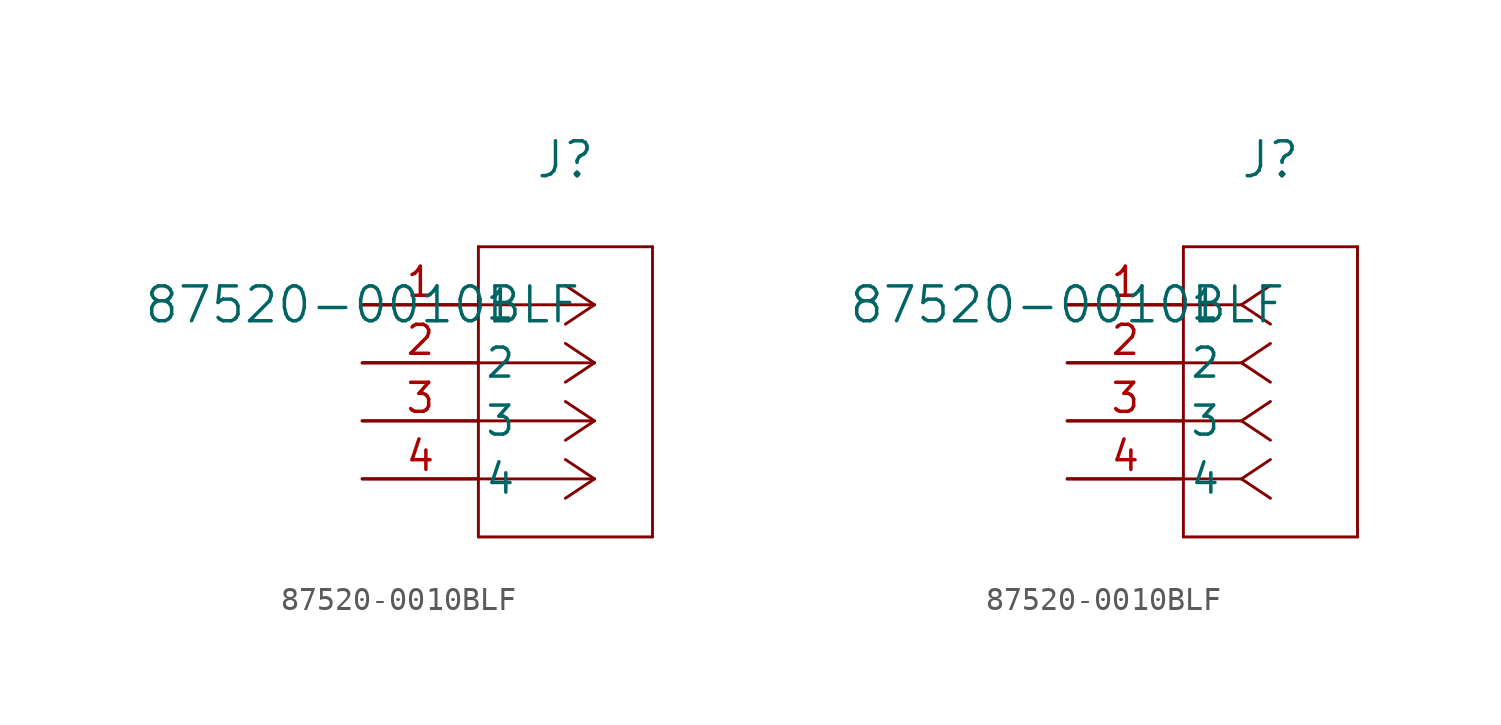
<source format=kicad_sym>
(kicad_symbol_lib
  (version 20211014)
  (generator kicad_symbol_editor)
  (symbol "87520-0010BLF"
    (pin_names
      (offset 0.254))
    (property "Reference" "J"
      (at 8.89 6.35 0)
      (effects (font (size 1.524 1.524))))
    (property "Value" "87520-0010BLF"
      (at 0 0 0)
      (effects (font (size 1.524 1.524))))
    (symbol "87520-0010BLF_1_1"
      (polyline (pts (xy 10.16 0) (xy 5.08 0)) (stroke (width 0.127) (type default) (color 0 0 0 0)) (fill (type none)))
      (polyline (pts (xy 10.16 -2.54) (xy 5.08 -2.54)) (stroke (width 0.127) (type default) (color 0 0 0 0)) (fill (type none)))
      (polyline (pts (xy 10.16 -5.08) (xy 5.08 -5.08)) (stroke (width 0.127) (type default) (color 0 0 0 0)) (fill (type none)))
      (polyline (pts (xy 10.16 -7.62) (xy 5.08 -7.62)) (stroke (width 0.127) (type default) (color 0 0 0 0)) (fill (type none)))
      (polyline (pts (xy 10.16 0) (xy 8.89 0.847)) (stroke (width 0.127) (type default) (color 0 0 0 0)) (fill (type none)))
      (polyline (pts (xy 10.16 -2.54) (xy 8.89 -1.693)) (stroke (width 0.127) (type default) (color 0 0 0 0)) (fill (type none)))
      (polyline (pts (xy 10.16 -5.08) (xy 8.89 -4.233)) (stroke (width 0.127) (type default) (color 0 0 0 0)) (fill (type none)))
      (polyline (pts (xy 10.16 -7.62) (xy 8.89 -6.773)) (stroke (width 0.127) (type default) (color 0 0 0 0)) (fill (type none)))
      (polyline (pts (xy 10.16 0) (xy 8.89 -0.847)) (stroke (width 0.127) (type default) (color 0 0 0 0)) (fill (type none)))
      (polyline (pts (xy 10.16 -2.54) (xy 8.89 -3.387)) (stroke (width 0.127) (type default) (color 0 0 0 0)) (fill (type none)))
      (polyline (pts (xy 10.16 -5.08) (xy 8.89 -5.927)) (stroke (width 0.127) (type default) (color 0 0 0 0)) (fill (type none)))
      (polyline (pts (xy 10.16 -7.62) (xy 8.89 -8.467)) (stroke (width 0.127) (type default) (color 0 0 0 0)) (fill (type none)))
      (polyline (pts (xy 5.08 2.54) (xy 5.08 -10.16)) (stroke (width 0.127) (type default) (color 0 0 0 0)) (fill (type none)))
      (polyline (pts (xy 5.08 -10.16) (xy 12.7 -10.16)) (stroke (width 0.127) (type default) (color 0 0 0 0)) (fill (type none)))
      (polyline (pts (xy 12.7 -10.16) (xy 12.7 2.54)) (stroke (width 0.127) (type default) (color 0 0 0 0)) (fill (type none)))
      (polyline (pts (xy 12.7 2.54) (xy 5.08 2.54)) (stroke (width 0.127) (type default) (color 0 0 0 0)) (fill (type none)))
      (pin unspecified line (at 0 0 0) (length 5.08) (name "1" (effects (font (size 1.27 1.27)))) (number "1" (effects (font (size 1.27 1.27)))))
      (pin unspecified line (at 0 -2.54 0) (length 5.08) (name "2" (effects (font (size 1.27 1.27)))) (number "2" (effects (font (size 1.27 1.27)))))
      (pin unspecified line (at 0 -5.08 0) (length 5.08) (name "3" (effects (font (size 1.27 1.27)))) (number "3" (effects (font (size 1.27 1.27)))))
      (pin unspecified line (at 0 -7.62 0) (length 5.08) (name "4" (effects (font (size 1.27 1.27)))) (number "4" (effects (font (size 1.27 1.27))))))
    (symbol "87520-0010BLF_1_2"
      (polyline (pts (xy 7.62 0) (xy 5.08 0)) (stroke (width 0.127) (type default) (color 0 0 0 0)) (fill (type none)))
      (polyline (pts (xy 7.62 -2.54) (xy 5.08 -2.54)) (stroke (width 0.127) (type default) (color 0 0 0 0)) (fill (type none)))
      (polyline (pts (xy 7.62 -5.08) (xy 5.08 -5.08)) (stroke (width 0.127) (type default) (color 0 0 0 0)) (fill (type none)))
      (polyline (pts (xy 7.62 -7.62) (xy 5.08 -7.62)) (stroke (width 0.127) (type default) (color 0 0 0 0)) (fill (type none)))
      (polyline (pts (xy 7.62 0) (xy 8.89 0.847)) (stroke (width 0.127) (type default) (color 0 0 0 0)) (fill (type none)))
      (polyline (pts (xy 7.62 -2.54) (xy 8.89 -1.693)) (stroke (width 0.127) (type default) (color 0 0 0 0)) (fill (type none)))
      (polyline (pts (xy 7.62 -5.08) (xy 8.89 -4.233)) (stroke (width 0.127) (type default) (color 0 0 0 0)) (fill (type none)))
      (polyline (pts (xy 7.62 -7.62) (xy 8.89 -6.773)) (stroke (width 0.127) (type default) (color 0 0 0 0)) (fill (type none)))
      (polyline (pts (xy 7.62 0) (xy 8.89 -0.847)) (stroke (width 0.127) (type default) (color 0 0 0 0)) (fill (type none)))
      (polyline (pts (xy 7.62 -2.54) (xy 8.89 -3.387)) (stroke (width 0.127) (type default) (color 0 0 0 0)) (fill (type none)))
      (polyline (pts (xy 7.62 -5.08) (xy 8.89 -5.927)) (stroke (width 0.127) (type default) (color 0 0 0 0)) (fill (type none)))
      (polyline (pts (xy 7.62 -7.62) (xy 8.89 -8.467)) (stroke (width 0.127) (type default) (color 0 0 0 0)) (fill (type none)))
      (polyline (pts (xy 5.08 2.54) (xy 5.08 -10.16)) (stroke (width 0.127) (type default) (color 0 0 0 0)) (fill (type none)))
      (polyline (pts (xy 5.08 -10.16) (xy 12.7 -10.16)) (stroke (width 0.127) (type default) (color 0 0 0 0)) (fill (type none)))
      (polyline (pts (xy 12.7 -10.16) (xy 12.7 2.54)) (stroke (width 0.127) (type default) (color 0 0 0 0)) (fill (type none)))
      (polyline (pts (xy 12.7 2.54) (xy 5.08 2.54)) (stroke (width 0.127) (type default) (color 0 0 0 0)) (fill (type none)))
      (pin unspecified line (at 0 0 0) (length 5.08) (name "1" (effects (font (size 1.27 1.27)))) (number "1" (effects (font (size 1.27 1.27)))))
      (pin unspecified line (at 0 -2.54 0) (length 5.08) (name "2" (effects (font (size 1.27 1.27)))) (number "2" (effects (font (size 1.27 1.27)))))
      (pin unspecified line (at 0 -5.08 0) (length 5.08) (name "3" (effects (font (size 1.27 1.27)))) (number "3" (effects (font (size 1.27 1.27)))))
      (pin unspecified line (at 0 -7.62 0) (length 5.08) (name "4" (effects (font (size 1.27 1.27)))) (number "4" (effects (font (size 1.27 1.27))))))))
</source>
